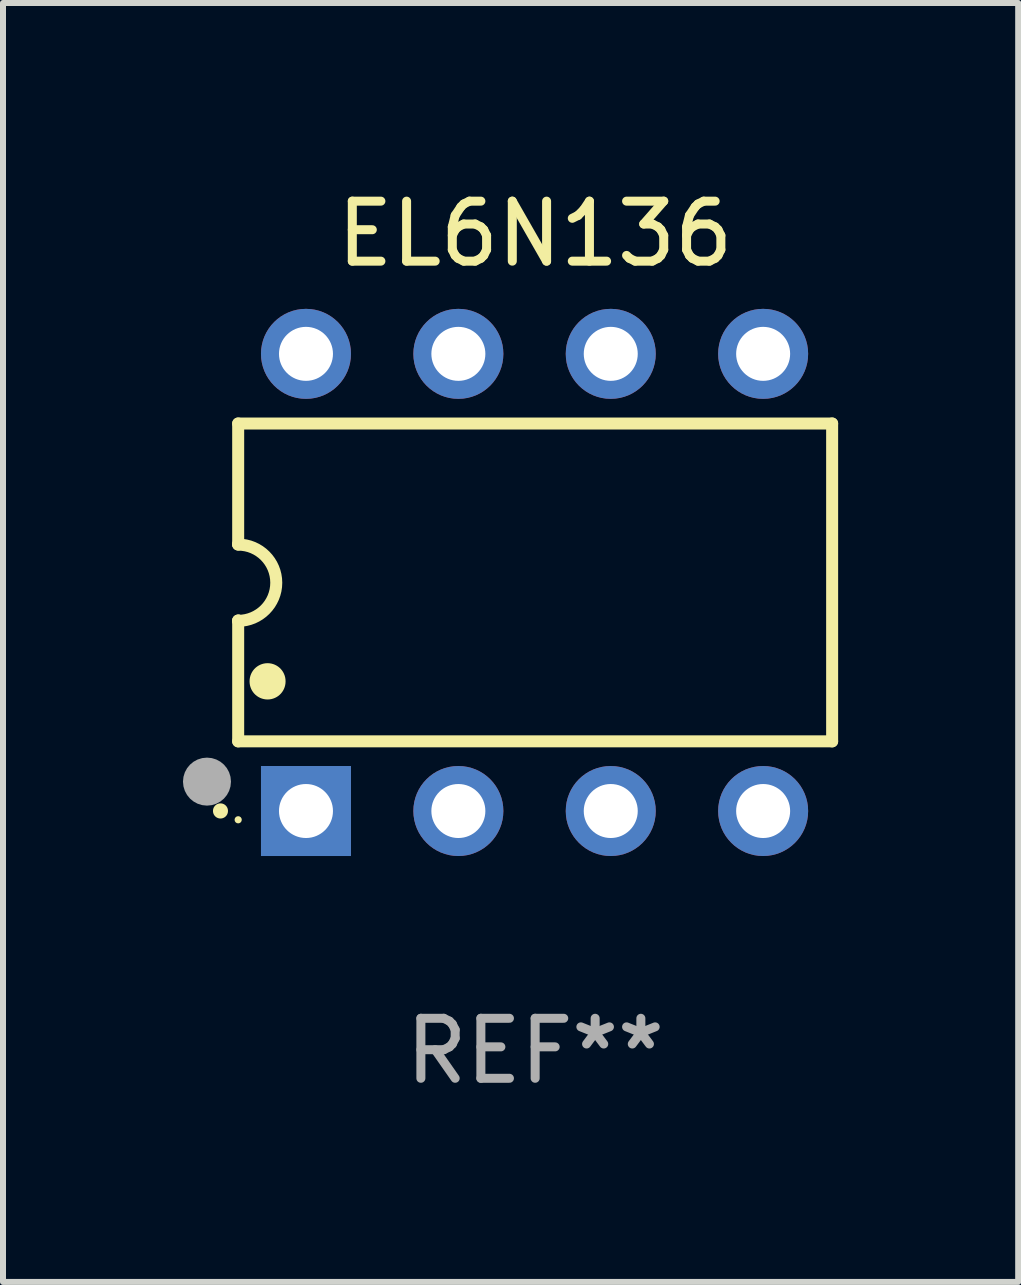
<source format=kicad_pcb>
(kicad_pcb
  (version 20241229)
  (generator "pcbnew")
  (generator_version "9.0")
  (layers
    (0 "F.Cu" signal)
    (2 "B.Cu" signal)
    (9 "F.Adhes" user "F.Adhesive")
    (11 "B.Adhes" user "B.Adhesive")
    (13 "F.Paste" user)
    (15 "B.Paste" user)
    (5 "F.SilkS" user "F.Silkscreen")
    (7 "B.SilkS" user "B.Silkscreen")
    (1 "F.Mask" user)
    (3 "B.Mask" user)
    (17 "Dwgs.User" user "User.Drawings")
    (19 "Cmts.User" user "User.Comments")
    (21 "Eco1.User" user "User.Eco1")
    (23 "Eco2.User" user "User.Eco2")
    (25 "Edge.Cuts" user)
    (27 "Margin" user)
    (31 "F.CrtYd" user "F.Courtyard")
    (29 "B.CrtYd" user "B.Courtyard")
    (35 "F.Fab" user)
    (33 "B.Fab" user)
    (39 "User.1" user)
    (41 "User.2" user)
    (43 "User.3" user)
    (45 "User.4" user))
  (footprint "EL6N136"
    (layer "F.Cu")
    (at 5.87 6.658)
    (property "Reference" "EL6N136" (at 0 -5.81 0) (layer "F.SilkS") (effects (font (size 1 1) (thickness 0.15))))
    (attr through_hole)
    (fp_line (start -4.95 -2.649) (end 4.95 -2.649) (stroke (width 0.2) (type solid)) (layer "F.SilkS"))
    (fp_line (start -4.95 -0.635) (end -4.95 -2.649) (stroke (width 0.2) (type solid)) (layer "F.SilkS"))
    (fp_line (start -4.95 0.635) (end -4.95 0.64) (stroke (width 0.2) (type solid)) (layer "F.SilkS"))
    (fp_line (start -4.95 2.649) (end -4.95 0.635) (stroke (width 0.2) (type solid)) (layer "F.SilkS"))
    (fp_line (start -4.95 -0.64) (end -4.95 -0.635) (stroke (width 0.2) (type solid)) (layer "F.SilkS"))
    (fp_line (start 4.95 -2.649) (end 4.95 2.649) (stroke (width 0.2) (type solid)) (layer "F.SilkS"))
    (fp_line (start 4.95 2.649) (end -4.95 2.649) (stroke (width 0.2) (type solid)) (layer "F.SilkS"))
    (fp_arc (start -5.24511 3.810008) (mid -5.245117 3.808738) (end -5.24511 3.807468) (stroke (width 0.25) (type solid)) (layer "F.SilkS"))
    (fp_arc (start -4.950165 -0.629997) (mid -4.315164 0.005004) (end -4.950165 0.640005) (stroke (width 0.2) (type solid)) (layer "F.SilkS"))
    (fp_arc (start -4.460249 1.651003) (mid -4.46026 1.648463) (end -4.460249 1.645923) (stroke (width 0.6) (type solid)) (layer "F.SilkS"))
    (fp_circle (center -4.95 3.956) (end -4.92 3.956) (stroke (width 0.06) (type solid)) (fill no) (layer "F.SilkS"))
    (fp_circle (center -5.47 3.32) (end -5.27 3.32) (stroke (width 0.4) (type solid)) (fill no) (layer "F.Fab"))
    (fp_text user "REF**" (at 0 7.81 0) (layer "F.Fab") (effects (font (size 1 1) (thickness 0.15))))
    (pad "1" thru_hole rect (at -3.82 3.81) (size 1.5 1.5) (drill 0.9) (layers "*.Cu" "*.Mask"))
    (pad "2" thru_hole circle (at -1.28 3.81) (size 1.5 1.5) (drill 0.9) (layers "*.Cu" "*.Mask"))
    (pad "3" thru_hole circle (at 1.26 3.81) (size 1.5 1.5) (drill 0.9) (layers "*.Cu" "*.Mask"))
    (pad "4" thru_hole circle (at 3.8 3.81) (size 1.5 1.5) (drill 0.9) (layers "*.Cu" "*.Mask"))
    (pad "5" thru_hole circle (at 3.8 -3.81) (size 1.5 1.5) (drill 0.9) (layers "*.Cu" "*.Mask"))
    (pad "6" thru_hole circle (at 1.26 -3.81) (size 1.5 1.5) (drill 0.9) (layers "*.Cu" "*.Mask"))
    (pad "7" thru_hole circle (at -1.28 -3.81) (size 1.5 1.5) (drill 0.9) (layers "*.Cu" "*.Mask"))
    (pad "8" thru_hole circle (at -3.82 -3.81) (size 1.5 1.5) (drill 0.9) (layers "*.Cu" "*.Mask")))
  (gr_rect
    (start -3 -3)
    (end 13.921 18.317)
    (stroke (width 0.1) (type default))
    (fill no)
    (layer "Edge.Cuts")))
</source>
